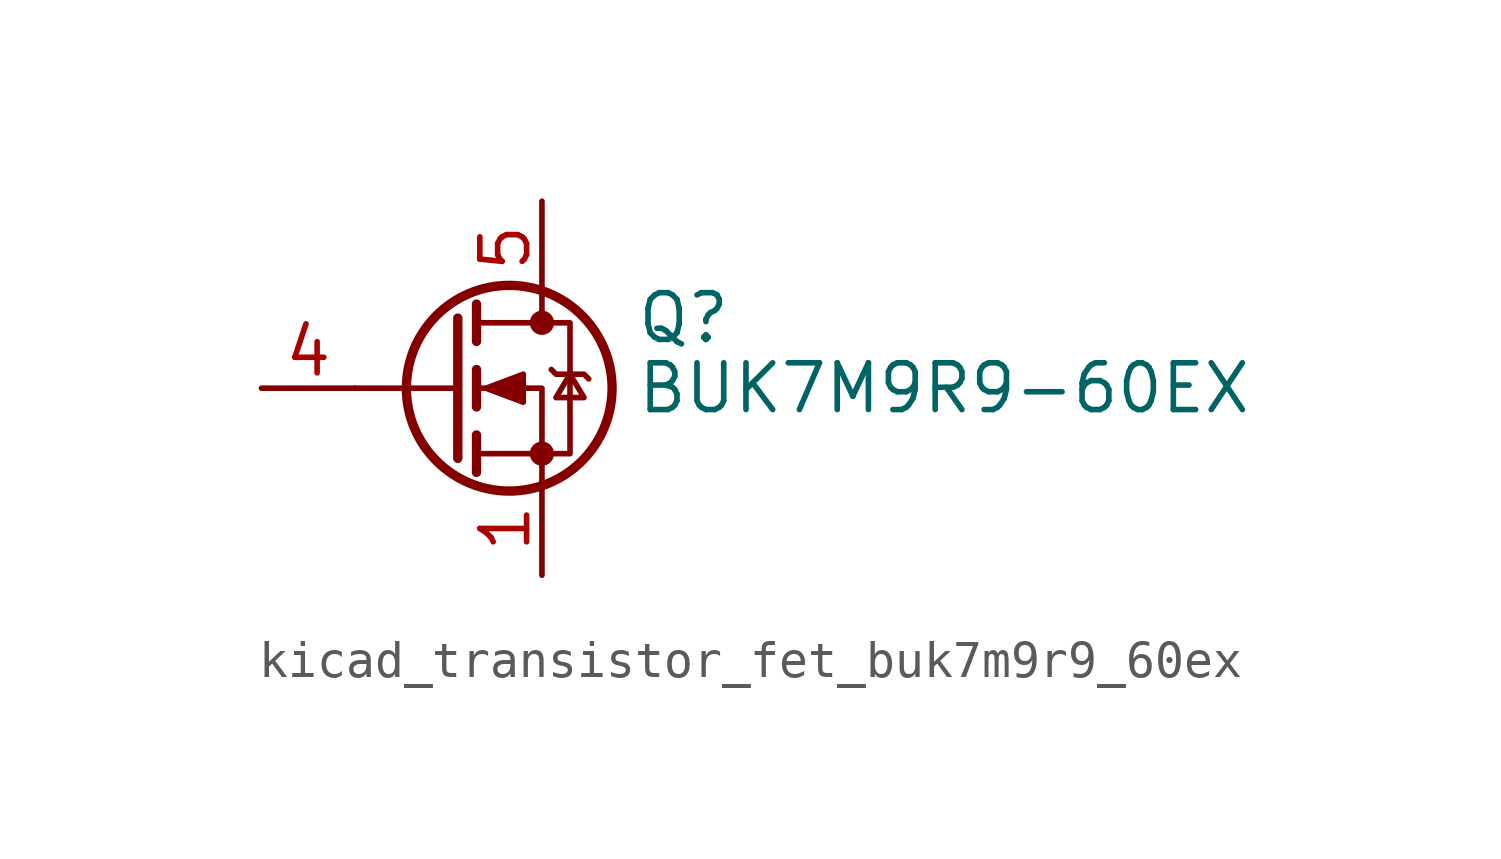
<source format=kicad_sym>
(kicad_symbol_lib
  (version 20220914)
  (generator kicad_symbol_editor)
  (symbol "kicad_transistor_fet_buk7m9r9_60ex"
    (pin_names hide)
    (property "Reference" "Q"
      (at 5.08 1.905 0)
      (effects (font (size 1.27 1.27)) (justify left)))
    (property "Value" "BUK7M9R9-60EX"
      (at 5.08 0 0)
      (effects (font (size 1.27 1.27)) (justify left)))
    (symbol "kicad_transistor_fet_buk7m9r9_60ex_0_1"
      (polyline (pts (xy 0.254 0) (xy -2.54 0)) (stroke (width 0) (type default)) (fill (type none)))
      (polyline (pts (xy 0.254 1.905) (xy 0.254 -1.905)) (stroke (width 0.254) (type default)) (fill (type none)))
      (polyline (pts (xy 0.762 -1.27) (xy 0.762 -2.286)) (stroke (width 0.254) (type default)) (fill (type none)))
      (polyline (pts (xy 0.762 0.508) (xy 0.762 -0.508)) (stroke (width 0.254) (type default)) (fill (type none)))
      (polyline (pts (xy 0.762 2.286) (xy 0.762 1.27)) (stroke (width 0.254) (type default)) (fill (type none)))
      (polyline (pts (xy 2.54 2.54) (xy 2.54 1.778)) (stroke (width 0) (type default)) (fill (type none)))
      (polyline (pts (xy 2.54 -2.54) (xy 2.54 0) (xy 0.762 0)) (stroke (width 0) (type default)) (fill (type none)))
      (polyline (pts (xy 0.762 -1.778) (xy 3.302 -1.778) (xy 3.302 1.778) (xy 0.762 1.778)) (stroke (width 0) (type default)) (fill (type none)))
      (polyline (pts (xy 1.016 0) (xy 2.032 0.381) (xy 2.032 -0.381) (xy 1.016 0)) (stroke (width 0) (type default)) (fill (type outline)))
      (polyline (pts (xy 2.794 0.508) (xy 2.921 0.381) (xy 3.683 0.381) (xy 3.81 0.254)) (stroke (width 0) (type default)) (fill (type none)))
      (polyline (pts (xy 3.302 0.381) (xy 2.921 -0.254) (xy 3.683 -0.254) (xy 3.302 0.381)) (stroke (width 0) (type default)) (fill (type none)))
      (circle (center 1.651 0) (radius 2.794) (stroke (width 0.254) (type default)) (fill (type none)))
      (circle (center 2.54 -1.778) (radius 0.254) (stroke (width 0) (type default)) (fill (type outline)))
      (circle (center 2.54 1.778) (radius 0.254) (stroke (width 0) (type default)) (fill (type outline))))
    (symbol "kicad_transistor_fet_buk7m9r9_60ex_1_1"
      (pin passive line (at 2.54 -5.08 90) (length 2.54) (name "S" (effects (font (size 1.27 1.27)))) (number "1" (effects (font (size 1.27 1.27)))))
      (pin passive line (at 2.54 -5.08 90) (length 2.54) hide (name "S" (effects (font (size 1.27 1.27)))) (number "2" (effects (font (size 1.27 1.27)))))
      (pin passive line (at 2.54 -5.08 90) (length 2.54) hide (name "S" (effects (font (size 1.27 1.27)))) (number "3" (effects (font (size 1.27 1.27)))))
      (pin passive line (at -5.08 0 0) (length 2.54) (name "G" (effects (font (size 1.27 1.27)))) (number "4" (effects (font (size 1.27 1.27)))))
      (pin passive line (at 2.54 5.08 270) (length 2.54) (name "D" (effects (font (size 1.27 1.27)))) (number "5" (effects (font (size 1.27 1.27))))))))
</source>
